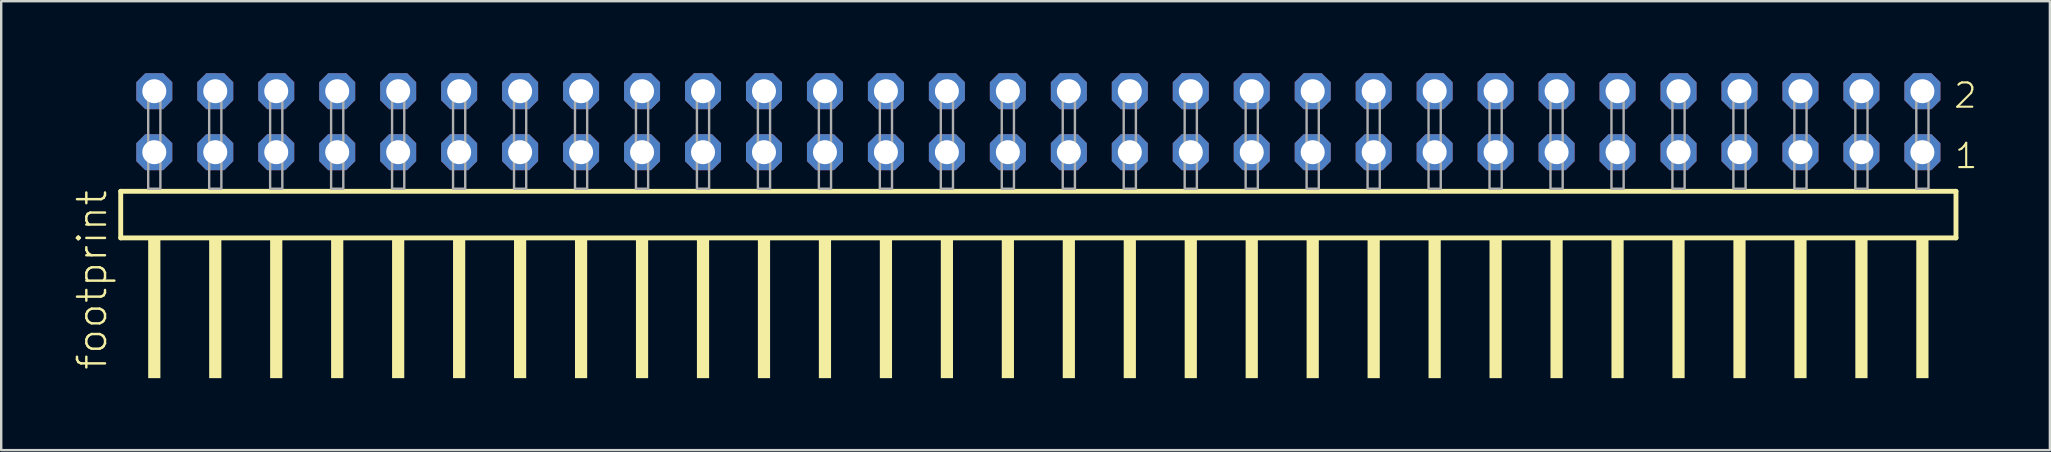
<source format=kicad_pcb>
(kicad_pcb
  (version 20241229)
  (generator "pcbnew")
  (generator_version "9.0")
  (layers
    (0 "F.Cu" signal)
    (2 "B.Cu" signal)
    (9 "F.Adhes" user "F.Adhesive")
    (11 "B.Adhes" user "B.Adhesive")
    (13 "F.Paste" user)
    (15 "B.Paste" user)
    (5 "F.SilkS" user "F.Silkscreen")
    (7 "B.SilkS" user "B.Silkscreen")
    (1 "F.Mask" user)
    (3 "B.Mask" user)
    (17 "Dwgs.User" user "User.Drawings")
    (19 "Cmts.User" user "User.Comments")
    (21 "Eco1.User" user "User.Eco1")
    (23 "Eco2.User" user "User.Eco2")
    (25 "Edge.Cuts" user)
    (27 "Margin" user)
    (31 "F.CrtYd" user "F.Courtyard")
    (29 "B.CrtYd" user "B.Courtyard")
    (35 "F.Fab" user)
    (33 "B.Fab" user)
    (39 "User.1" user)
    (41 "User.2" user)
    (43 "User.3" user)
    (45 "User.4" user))
  (footprint "footprint"
    (layer "F.Cu")
    (at 40.208 4.814)
    (property "Reference" "footprint" (at -38.735 7.62 90) (layer "F.SilkS") (effects (font (size 1.168 1.168) (thickness 0.102)) (justify left bottom)))
    (fp_line (start -38.229 0.106) (end -38.229 2.046) (stroke (width 0.203) (type solid)) (layer "F.SilkS"))
    (fp_line (start -38.229 2.046) (end 38.229 2.046) (stroke (width 0.203) (type solid)) (layer "F.SilkS"))
    (fp_line (start 38.229 0.106) (end -38.229 0.106) (stroke (width 0.203) (type solid)) (layer "F.SilkS"))
    (fp_line (start 38.229 2.046) (end 38.229 0.106) (stroke (width 0.203) (type solid)) (layer "F.SilkS"))
    (fp_poly (pts (xy -37.084 7.89) (xy -36.576 7.89) (xy -36.576 2.04) (xy -37.084 2.04)) (stroke (width 0) (type solid)) (fill yes) (layer "F.SilkS"))
    (fp_poly (pts (xy -34.544 7.89) (xy -34.036 7.89) (xy -34.036 2.04) (xy -34.544 2.04)) (stroke (width 0) (type solid)) (fill yes) (layer "F.SilkS"))
    (fp_poly (pts (xy -32.004 7.89) (xy -31.496 7.89) (xy -31.496 2.04) (xy -32.004 2.04)) (stroke (width 0) (type solid)) (fill yes) (layer "F.SilkS"))
    (fp_poly (pts (xy -29.464 7.89) (xy -28.956 7.89) (xy -28.956 2.04) (xy -29.464 2.04)) (stroke (width 0) (type solid)) (fill yes) (layer "F.SilkS"))
    (fp_poly (pts (xy -26.924 7.89) (xy -26.416 7.89) (xy -26.416 2.04) (xy -26.924 2.04)) (stroke (width 0) (type solid)) (fill yes) (layer "F.SilkS"))
    (fp_poly (pts (xy -24.384 7.89) (xy -23.876 7.89) (xy -23.876 2.04) (xy -24.384 2.04)) (stroke (width 0) (type solid)) (fill yes) (layer "F.SilkS"))
    (fp_poly (pts (xy -21.844 7.89) (xy -21.336 7.89) (xy -21.336 2.04) (xy -21.844 2.04)) (stroke (width 0) (type solid)) (fill yes) (layer "F.SilkS"))
    (fp_poly (pts (xy -19.304 7.89) (xy -18.796 7.89) (xy -18.796 2.04) (xy -19.304 2.04)) (stroke (width 0) (type solid)) (fill yes) (layer "F.SilkS"))
    (fp_poly (pts (xy -16.764 7.89) (xy -16.256 7.89) (xy -16.256 2.04) (xy -16.764 2.04)) (stroke (width 0) (type solid)) (fill yes) (layer "F.SilkS"))
    (fp_poly (pts (xy -14.224 7.89) (xy -13.716 7.89) (xy -13.716 2.04) (xy -14.224 2.04)) (stroke (width 0) (type solid)) (fill yes) (layer "F.SilkS"))
    (fp_poly (pts (xy -11.684 7.89) (xy -11.176 7.89) (xy -11.176 2.04) (xy -11.684 2.04)) (stroke (width 0) (type solid)) (fill yes) (layer "F.SilkS"))
    (fp_poly (pts (xy -9.144 7.89) (xy -8.636 7.89) (xy -8.636 2.04) (xy -9.144 2.04)) (stroke (width 0) (type solid)) (fill yes) (layer "F.SilkS"))
    (fp_poly (pts (xy -6.604 7.89) (xy -6.096 7.89) (xy -6.096 2.04) (xy -6.604 2.04)) (stroke (width 0) (type solid)) (fill yes) (layer "F.SilkS"))
    (fp_poly (pts (xy -4.064 7.89) (xy -3.556 7.89) (xy -3.556 2.04) (xy -4.064 2.04)) (stroke (width 0) (type solid)) (fill yes) (layer "F.SilkS"))
    (fp_poly (pts (xy -1.524 7.89) (xy -1.016 7.89) (xy -1.016 2.04) (xy -1.524 2.04)) (stroke (width 0) (type solid)) (fill yes) (layer "F.SilkS"))
    (fp_poly (pts (xy 1.016 7.89) (xy 1.524 7.89) (xy 1.524 2.04) (xy 1.016 2.04)) (stroke (width 0) (type solid)) (fill yes) (layer "F.SilkS"))
    (fp_poly (pts (xy 3.556 7.89) (xy 4.064 7.89) (xy 4.064 2.04) (xy 3.556 2.04)) (stroke (width 0) (type solid)) (fill yes) (layer "F.SilkS"))
    (fp_poly (pts (xy 6.096 7.89) (xy 6.604 7.89) (xy 6.604 2.04) (xy 6.096 2.04)) (stroke (width 0) (type solid)) (fill yes) (layer "F.SilkS"))
    (fp_poly (pts (xy 8.636 7.89) (xy 9.144 7.89) (xy 9.144 2.04) (xy 8.636 2.04)) (stroke (width 0) (type solid)) (fill yes) (layer "F.SilkS"))
    (fp_poly (pts (xy 11.176 7.89) (xy 11.684 7.89) (xy 11.684 2.04) (xy 11.176 2.04)) (stroke (width 0) (type solid)) (fill yes) (layer "F.SilkS"))
    (fp_poly (pts (xy 13.716 7.89) (xy 14.224 7.89) (xy 14.224 2.04) (xy 13.716 2.04)) (stroke (width 0) (type solid)) (fill yes) (layer "F.SilkS"))
    (fp_poly (pts (xy 16.256 7.89) (xy 16.764 7.89) (xy 16.764 2.04) (xy 16.256 2.04)) (stroke (width 0) (type solid)) (fill yes) (layer "F.SilkS"))
    (fp_poly (pts (xy 18.796 7.89) (xy 19.304 7.89) (xy 19.304 2.04) (xy 18.796 2.04)) (stroke (width 0) (type solid)) (fill yes) (layer "F.SilkS"))
    (fp_poly (pts (xy 21.336 7.89) (xy 21.844 7.89) (xy 21.844 2.04) (xy 21.336 2.04)) (stroke (width 0) (type solid)) (fill yes) (layer "F.SilkS"))
    (fp_poly (pts (xy 23.876 7.89) (xy 24.384 7.89) (xy 24.384 2.04) (xy 23.876 2.04)) (stroke (width 0) (type solid)) (fill yes) (layer "F.SilkS"))
    (fp_poly (pts (xy 26.416 7.89) (xy 26.924 7.89) (xy 26.924 2.04) (xy 26.416 2.04)) (stroke (width 0) (type solid)) (fill yes) (layer "F.SilkS"))
    (fp_poly (pts (xy 28.956 7.89) (xy 29.464 7.89) (xy 29.464 2.04) (xy 28.956 2.04)) (stroke (width 0) (type solid)) (fill yes) (layer "F.SilkS"))
    (fp_poly (pts (xy 31.496 7.89) (xy 32.004 7.89) (xy 32.004 2.04) (xy 31.496 2.04)) (stroke (width 0) (type solid)) (fill yes) (layer "F.SilkS"))
    (fp_poly (pts (xy 34.036 7.89) (xy 34.544 7.89) (xy 34.544 2.04) (xy 34.036 2.04)) (stroke (width 0) (type solid)) (fill yes) (layer "F.SilkS"))
    (fp_poly (pts (xy 36.576 7.89) (xy 37.084 7.89) (xy 37.084 2.04) (xy 36.576 2.04)) (stroke (width 0) (type solid)) (fill yes) (layer "F.SilkS"))
    (fp_poly (pts (xy -37.084 0) (xy -36.576 0) (xy -36.576 -4.318) (xy -37.084 -4.318)) (stroke (width 0.1) (type solid)) (fill no) (layer "F.Fab"))
    (fp_poly (pts (xy -34.544 0) (xy -34.036 0) (xy -34.036 -4.318) (xy -34.544 -4.318)) (stroke (width 0.1) (type solid)) (fill no) (layer "F.Fab"))
    (fp_poly (pts (xy -32.004 0) (xy -31.496 0) (xy -31.496 -4.318) (xy -32.004 -4.318)) (stroke (width 0.1) (type solid)) (fill no) (layer "F.Fab"))
    (fp_poly (pts (xy -29.464 0) (xy -28.956 0) (xy -28.956 -4.318) (xy -29.464 -4.318)) (stroke (width 0.1) (type solid)) (fill no) (layer "F.Fab"))
    (fp_poly (pts (xy -26.924 0) (xy -26.416 0) (xy -26.416 -4.318) (xy -26.924 -4.318)) (stroke (width 0.1) (type solid)) (fill no) (layer "F.Fab"))
    (fp_poly (pts (xy -24.384 0) (xy -23.876 0) (xy -23.876 -4.318) (xy -24.384 -4.318)) (stroke (width 0.1) (type solid)) (fill no) (layer "F.Fab"))
    (fp_poly (pts (xy -21.844 0) (xy -21.336 0) (xy -21.336 -4.318) (xy -21.844 -4.318)) (stroke (width 0.1) (type solid)) (fill no) (layer "F.Fab"))
    (fp_poly (pts (xy -19.304 0) (xy -18.796 0) (xy -18.796 -4.318) (xy -19.304 -4.318)) (stroke (width 0.1) (type solid)) (fill no) (layer "F.Fab"))
    (fp_poly (pts (xy -16.764 0) (xy -16.256 0) (xy -16.256 -4.318) (xy -16.764 -4.318)) (stroke (width 0.1) (type solid)) (fill no) (layer "F.Fab"))
    (fp_poly (pts (xy -14.224 0) (xy -13.716 0) (xy -13.716 -4.318) (xy -14.224 -4.318)) (stroke (width 0.1) (type solid)) (fill no) (layer "F.Fab"))
    (fp_poly (pts (xy -11.684 0) (xy -11.176 0) (xy -11.176 -4.318) (xy -11.684 -4.318)) (stroke (width 0.1) (type solid)) (fill no) (layer "F.Fab"))
    (fp_poly (pts (xy -9.144 0) (xy -8.636 0) (xy -8.636 -4.318) (xy -9.144 -4.318)) (stroke (width 0.1) (type solid)) (fill no) (layer "F.Fab"))
    (fp_poly (pts (xy -6.604 0) (xy -6.096 0) (xy -6.096 -4.318) (xy -6.604 -4.318)) (stroke (width 0.1) (type solid)) (fill no) (layer "F.Fab"))
    (fp_poly (pts (xy -4.064 0) (xy -3.556 0) (xy -3.556 -4.318) (xy -4.064 -4.318)) (stroke (width 0.1) (type solid)) (fill no) (layer "F.Fab"))
    (fp_poly (pts (xy -1.524 0) (xy -1.016 0) (xy -1.016 -4.318) (xy -1.524 -4.318)) (stroke (width 0.1) (type solid)) (fill no) (layer "F.Fab"))
    (fp_poly (pts (xy 1.016 0) (xy 1.524 0) (xy 1.524 -4.318) (xy 1.016 -4.318)) (stroke (width 0.1) (type solid)) (fill no) (layer "F.Fab"))
    (fp_poly (pts (xy 3.556 0) (xy 4.064 0) (xy 4.064 -4.318) (xy 3.556 -4.318)) (stroke (width 0.1) (type solid)) (fill no) (layer "F.Fab"))
    (fp_poly (pts (xy 6.096 0) (xy 6.604 0) (xy 6.604 -4.318) (xy 6.096 -4.318)) (stroke (width 0.1) (type solid)) (fill no) (layer "F.Fab"))
    (fp_poly (pts (xy 8.636 0) (xy 9.144 0) (xy 9.144 -4.318) (xy 8.636 -4.318)) (stroke (width 0.1) (type solid)) (fill no) (layer "F.Fab"))
    (fp_poly (pts (xy 11.176 0) (xy 11.684 0) (xy 11.684 -4.318) (xy 11.176 -4.318)) (stroke (width 0.1) (type solid)) (fill no) (layer "F.Fab"))
    (fp_poly (pts (xy 13.716 0) (xy 14.224 0) (xy 14.224 -4.318) (xy 13.716 -4.318)) (stroke (width 0.1) (type solid)) (fill no) (layer "F.Fab"))
    (fp_poly (pts (xy 16.256 0) (xy 16.764 0) (xy 16.764 -4.318) (xy 16.256 -4.318)) (stroke (width 0.1) (type solid)) (fill no) (layer "F.Fab"))
    (fp_poly (pts (xy 18.796 0) (xy 19.304 0) (xy 19.304 -4.318) (xy 18.796 -4.318)) (stroke (width 0.1) (type solid)) (fill no) (layer "F.Fab"))
    (fp_poly (pts (xy 21.336 0) (xy 21.844 0) (xy 21.844 -4.318) (xy 21.336 -4.318)) (stroke (width 0.1) (type solid)) (fill no) (layer "F.Fab"))
    (fp_poly (pts (xy 23.876 0) (xy 24.384 0) (xy 24.384 -4.318) (xy 23.876 -4.318)) (stroke (width 0.1) (type solid)) (fill no) (layer "F.Fab"))
    (fp_poly (pts (xy 26.416 0) (xy 26.924 0) (xy 26.924 -4.318) (xy 26.416 -4.318)) (stroke (width 0.1) (type solid)) (fill no) (layer "F.Fab"))
    (fp_poly (pts (xy 28.956 0) (xy 29.464 0) (xy 29.464 -4.318) (xy 28.956 -4.318)) (stroke (width 0.1) (type solid)) (fill no) (layer "F.Fab"))
    (fp_poly (pts (xy 31.496 0) (xy 32.004 0) (xy 32.004 -4.318) (xy 31.496 -4.318)) (stroke (width 0.1) (type solid)) (fill no) (layer "F.Fab"))
    (fp_poly (pts (xy 34.036 0) (xy 34.544 0) (xy 34.544 -4.318) (xy 34.036 -4.318)) (stroke (width 0.1) (type solid)) (fill no) (layer "F.Fab"))
    (fp_poly (pts (xy 36.576 0) (xy 37.084 0) (xy 37.084 -4.318) (xy 36.576 -4.318)) (stroke (width 0.1) (type solid)) (fill no) (layer "F.Fab"))
    (fp_text user "1" (at 38.115 -0.775 0) (layer "F.SilkS") (effects (font (size 1.012 1.012) (thickness 0.088)) (justify left bottom)))
    (fp_text user "2" (at 38.08 -3.29 0) (layer "F.SilkS") (effects (font (size 1.012 1.012) (thickness 0.088)) (justify left bottom)))
    (pad "1" thru_hole roundrect (at 36.83 -1.524 180) (size 1.5 1.5) (drill 1) (layers "*.Cu" "*.Mask") (roundrect_rratio 0.25) (chamfer_ratio 0.25) (chamfer top_left top_right bottom_left bottom_right))
    (pad "2" thru_hole roundrect (at 36.83 -4.064 180) (size 1.5 1.5) (drill 1) (layers "*.Cu" "*.Mask") (roundrect_rratio 0.25) (chamfer_ratio 0.25) (chamfer top_left top_right bottom_left bottom_right))
    (pad "3" thru_hole roundrect (at 34.29 -1.524 180) (size 1.5 1.5) (drill 1) (layers "*.Cu" "*.Mask") (roundrect_rratio 0.25) (chamfer_ratio 0.25) (chamfer top_left top_right bottom_left bottom_right))
    (pad "4" thru_hole roundrect (at 34.29 -4.064 180) (size 1.5 1.5) (drill 1) (layers "*.Cu" "*.Mask") (roundrect_rratio 0.25) (chamfer_ratio 0.25) (chamfer top_left top_right bottom_left bottom_right))
    (pad "5" thru_hole roundrect (at 31.75 -1.524 180) (size 1.5 1.5) (drill 1) (layers "*.Cu" "*.Mask") (roundrect_rratio 0.25) (chamfer_ratio 0.25) (chamfer top_left top_right bottom_left bottom_right))
    (pad "6" thru_hole roundrect (at 31.75 -4.064 180) (size 1.5 1.5) (drill 1) (layers "*.Cu" "*.Mask") (roundrect_rratio 0.25) (chamfer_ratio 0.25) (chamfer top_left top_right bottom_left bottom_right))
    (pad "7" thru_hole roundrect (at 29.21 -1.524 180) (size 1.5 1.5) (drill 1) (layers "*.Cu" "*.Mask") (roundrect_rratio 0.25) (chamfer_ratio 0.25) (chamfer top_left top_right bottom_left bottom_right))
    (pad "8" thru_hole roundrect (at 29.21 -4.064 180) (size 1.5 1.5) (drill 1) (layers "*.Cu" "*.Mask") (roundrect_rratio 0.25) (chamfer_ratio 0.25) (chamfer top_left top_right bottom_left bottom_right))
    (pad "9" thru_hole roundrect (at 26.67 -1.524 180) (size 1.5 1.5) (drill 1) (layers "*.Cu" "*.Mask") (roundrect_rratio 0.25) (chamfer_ratio 0.25) (chamfer top_left top_right bottom_left bottom_right))
    (pad "10" thru_hole roundrect (at 26.67 -4.064 180) (size 1.5 1.5) (drill 1) (layers "*.Cu" "*.Mask") (roundrect_rratio 0.25) (chamfer_ratio 0.25) (chamfer top_left top_right bottom_left bottom_right))
    (pad "11" thru_hole roundrect (at 24.13 -1.524 180) (size 1.5 1.5) (drill 1) (layers "*.Cu" "*.Mask") (roundrect_rratio 0.25) (chamfer_ratio 0.25) (chamfer top_left top_right bottom_left bottom_right))
    (pad "12" thru_hole roundrect (at 24.13 -4.064 180) (size 1.5 1.5) (drill 1) (layers "*.Cu" "*.Mask") (roundrect_rratio 0.25) (chamfer_ratio 0.25) (chamfer top_left top_right bottom_left bottom_right))
    (pad "13" thru_hole roundrect (at 21.59 -1.524 180) (size 1.5 1.5) (drill 1) (layers "*.Cu" "*.Mask") (roundrect_rratio 0.25) (chamfer_ratio 0.25) (chamfer top_left top_right bottom_left bottom_right))
    (pad "14" thru_hole roundrect (at 21.59 -4.064 180) (size 1.5 1.5) (drill 1) (layers "*.Cu" "*.Mask") (roundrect_rratio 0.25) (chamfer_ratio 0.25) (chamfer top_left top_right bottom_left bottom_right))
    (pad "15" thru_hole roundrect (at 19.05 -1.524 180) (size 1.5 1.5) (drill 1) (layers "*.Cu" "*.Mask") (roundrect_rratio 0.25) (chamfer_ratio 0.25) (chamfer top_left top_right bottom_left bottom_right))
    (pad "16" thru_hole roundrect (at 19.05 -4.064 180) (size 1.5 1.5) (drill 1) (layers "*.Cu" "*.Mask") (roundrect_rratio 0.25) (chamfer_ratio 0.25) (chamfer top_left top_right bottom_left bottom_right))
    (pad "17" thru_hole roundrect (at 16.51 -1.524 180) (size 1.5 1.5) (drill 1) (layers "*.Cu" "*.Mask") (roundrect_rratio 0.25) (chamfer_ratio 0.25) (chamfer top_left top_right bottom_left bottom_right))
    (pad "18" thru_hole roundrect (at 16.51 -4.064 180) (size 1.5 1.5) (drill 1) (layers "*.Cu" "*.Mask") (roundrect_rratio 0.25) (chamfer_ratio 0.25) (chamfer top_left top_right bottom_left bottom_right))
    (pad "19" thru_hole roundrect (at 13.97 -1.524 180) (size 1.5 1.5) (drill 1) (layers "*.Cu" "*.Mask") (roundrect_rratio 0.25) (chamfer_ratio 0.25) (chamfer top_left top_right bottom_left bottom_right))
    (pad "20" thru_hole roundrect (at 13.97 -4.064 180) (size 1.5 1.5) (drill 1) (layers "*.Cu" "*.Mask") (roundrect_rratio 0.25) (chamfer_ratio 0.25) (chamfer top_left top_right bottom_left bottom_right))
    (pad "21" thru_hole roundrect (at 11.43 -1.524 180) (size 1.5 1.5) (drill 1) (layers "*.Cu" "*.Mask") (roundrect_rratio 0.25) (chamfer_ratio 0.25) (chamfer top_left top_right bottom_left bottom_right))
    (pad "22" thru_hole roundrect (at 11.43 -4.064 180) (size 1.5 1.5) (drill 1) (layers "*.Cu" "*.Mask") (roundrect_rratio 0.25) (chamfer_ratio 0.25) (chamfer top_left top_right bottom_left bottom_right))
    (pad "23" thru_hole roundrect (at 8.89 -1.524 180) (size 1.5 1.5) (drill 1) (layers "*.Cu" "*.Mask") (roundrect_rratio 0.25) (chamfer_ratio 0.25) (chamfer top_left top_right bottom_left bottom_right))
    (pad "24" thru_hole roundrect (at 8.89 -4.064 180) (size 1.5 1.5) (drill 1) (layers "*.Cu" "*.Mask") (roundrect_rratio 0.25) (chamfer_ratio 0.25) (chamfer top_left top_right bottom_left bottom_right))
    (pad "25" thru_hole roundrect (at 6.35 -1.524 180) (size 1.5 1.5) (drill 1) (layers "*.Cu" "*.Mask") (roundrect_rratio 0.25) (chamfer_ratio 0.25) (chamfer top_left top_right bottom_left bottom_right))
    (pad "26" thru_hole roundrect (at 6.35 -4.064 180) (size 1.5 1.5) (drill 1) (layers "*.Cu" "*.Mask") (roundrect_rratio 0.25) (chamfer_ratio 0.25) (chamfer top_left top_right bottom_left bottom_right))
    (pad "27" thru_hole roundrect (at 3.81 -1.524 180) (size 1.5 1.5) (drill 1) (layers "*.Cu" "*.Mask") (roundrect_rratio 0.25) (chamfer_ratio 0.25) (chamfer top_left top_right bottom_left bottom_right))
    (pad "28" thru_hole roundrect (at 3.81 -4.064 180) (size 1.5 1.5) (drill 1) (layers "*.Cu" "*.Mask") (roundrect_rratio 0.25) (chamfer_ratio 0.25) (chamfer top_left top_right bottom_left bottom_right))
    (pad "29" thru_hole roundrect (at 1.27 -1.524 180) (size 1.5 1.5) (drill 1) (layers "*.Cu" "*.Mask") (roundrect_rratio 0.25) (chamfer_ratio 0.25) (chamfer top_left top_right bottom_left bottom_right))
    (pad "30" thru_hole roundrect (at 1.27 -4.064 180) (size 1.5 1.5) (drill 1) (layers "*.Cu" "*.Mask") (roundrect_rratio 0.25) (chamfer_ratio 0.25) (chamfer top_left top_right bottom_left bottom_right))
    (pad "31" thru_hole roundrect (at -1.27 -1.524 180) (size 1.5 1.5) (drill 1) (layers "*.Cu" "*.Mask") (roundrect_rratio 0.25) (chamfer_ratio 0.25) (chamfer top_left top_right bottom_left bottom_right))
    (pad "32" thru_hole roundrect (at -1.27 -4.064 180) (size 1.5 1.5) (drill 1) (layers "*.Cu" "*.Mask") (roundrect_rratio 0.25) (chamfer_ratio 0.25) (chamfer top_left top_right bottom_left bottom_right))
    (pad "33" thru_hole roundrect (at -3.81 -1.524 180) (size 1.5 1.5) (drill 1) (layers "*.Cu" "*.Mask") (roundrect_rratio 0.25) (chamfer_ratio 0.25) (chamfer top_left top_right bottom_left bottom_right))
    (pad "34" thru_hole roundrect (at -3.81 -4.064 180) (size 1.5 1.5) (drill 1) (layers "*.Cu" "*.Mask") (roundrect_rratio 0.25) (chamfer_ratio 0.25) (chamfer top_left top_right bottom_left bottom_right))
    (pad "35" thru_hole roundrect (at -6.35 -1.524 180) (size 1.5 1.5) (drill 1) (layers "*.Cu" "*.Mask") (roundrect_rratio 0.25) (chamfer_ratio 0.25) (chamfer top_left top_right bottom_left bottom_right))
    (pad "36" thru_hole roundrect (at -6.35 -4.064 180) (size 1.5 1.5) (drill 1) (layers "*.Cu" "*.Mask") (roundrect_rratio 0.25) (chamfer_ratio 0.25) (chamfer top_left top_right bottom_left bottom_right))
    (pad "37" thru_hole roundrect (at -8.89 -1.524 180) (size 1.5 1.5) (drill 1) (layers "*.Cu" "*.Mask") (roundrect_rratio 0.25) (chamfer_ratio 0.25) (chamfer top_left top_right bottom_left bottom_right))
    (pad "38" thru_hole roundrect (at -8.89 -4.064 180) (size 1.5 1.5) (drill 1) (layers "*.Cu" "*.Mask") (roundrect_rratio 0.25) (chamfer_ratio 0.25) (chamfer top_left top_right bottom_left bottom_right))
    (pad "39" thru_hole roundrect (at -11.43 -1.524 180) (size 1.5 1.5) (drill 1) (layers "*.Cu" "*.Mask") (roundrect_rratio 0.25) (chamfer_ratio 0.25) (chamfer top_left top_right bottom_left bottom_right))
    (pad "40" thru_hole roundrect (at -11.43 -4.064 180) (size 1.5 1.5) (drill 1) (layers "*.Cu" "*.Mask") (roundrect_rratio 0.25) (chamfer_ratio 0.25) (chamfer top_left top_right bottom_left bottom_right))
    (pad "41" thru_hole roundrect (at -13.97 -1.524 180) (size 1.5 1.5) (drill 1) (layers "*.Cu" "*.Mask") (roundrect_rratio 0.25) (chamfer_ratio 0.25) (chamfer top_left top_right bottom_left bottom_right))
    (pad "42" thru_hole roundrect (at -13.97 -4.064 180) (size 1.5 1.5) (drill 1) (layers "*.Cu" "*.Mask") (roundrect_rratio 0.25) (chamfer_ratio 0.25) (chamfer top_left top_right bottom_left bottom_right))
    (pad "43" thru_hole roundrect (at -16.51 -1.524 180) (size 1.5 1.5) (drill 1) (layers "*.Cu" "*.Mask") (roundrect_rratio 0.25) (chamfer_ratio 0.25) (chamfer top_left top_right bottom_left bottom_right))
    (pad "44" thru_hole roundrect (at -16.51 -4.064 180) (size 1.5 1.5) (drill 1) (layers "*.Cu" "*.Mask") (roundrect_rratio 0.25) (chamfer_ratio 0.25) (chamfer top_left top_right bottom_left bottom_right))
    (pad "45" thru_hole roundrect (at -19.05 -1.524 180) (size 1.5 1.5) (drill 1) (layers "*.Cu" "*.Mask") (roundrect_rratio 0.25) (chamfer_ratio 0.25) (chamfer top_left top_right bottom_left bottom_right))
    (pad "46" thru_hole roundrect (at -19.05 -4.064 180) (size 1.5 1.5) (drill 1) (layers "*.Cu" "*.Mask") (roundrect_rratio 0.25) (chamfer_ratio 0.25) (chamfer top_left top_right bottom_left bottom_right))
    (pad "47" thru_hole roundrect (at -21.59 -1.524 180) (size 1.5 1.5) (drill 1) (layers "*.Cu" "*.Mask") (roundrect_rratio 0.25) (chamfer_ratio 0.25) (chamfer top_left top_right bottom_left bottom_right))
    (pad "48" thru_hole roundrect (at -21.59 -4.064 180) (size 1.5 1.5) (drill 1) (layers "*.Cu" "*.Mask") (roundrect_rratio 0.25) (chamfer_ratio 0.25) (chamfer top_left top_right bottom_left bottom_right))
    (pad "49" thru_hole roundrect (at -24.13 -1.524 180) (size 1.5 1.5) (drill 1) (layers "*.Cu" "*.Mask") (roundrect_rratio 0.25) (chamfer_ratio 0.25) (chamfer top_left top_right bottom_left bottom_right))
    (pad "50" thru_hole roundrect (at -24.13 -4.064 180) (size 1.5 1.5) (drill 1) (layers "*.Cu" "*.Mask") (roundrect_rratio 0.25) (chamfer_ratio 0.25) (chamfer top_left top_right bottom_left bottom_right))
    (pad "51" thru_hole roundrect (at -26.67 -1.524 180) (size 1.5 1.5) (drill 1) (layers "*.Cu" "*.Mask") (roundrect_rratio 0.25) (chamfer_ratio 0.25) (chamfer top_left top_right bottom_left bottom_right))
    (pad "52" thru_hole roundrect (at -26.67 -4.064 180) (size 1.5 1.5) (drill 1) (layers "*.Cu" "*.Mask") (roundrect_rratio 0.25) (chamfer_ratio 0.25) (chamfer top_left top_right bottom_left bottom_right))
    (pad "53" thru_hole roundrect (at -29.21 -1.524 180) (size 1.5 1.5) (drill 1) (layers "*.Cu" "*.Mask") (roundrect_rratio 0.25) (chamfer_ratio 0.25) (chamfer top_left top_right bottom_left bottom_right))
    (pad "54" thru_hole roundrect (at -29.21 -4.064 180) (size 1.5 1.5) (drill 1) (layers "*.Cu" "*.Mask") (roundrect_rratio 0.25) (chamfer_ratio 0.25) (chamfer top_left top_right bottom_left bottom_right))
    (pad "55" thru_hole roundrect (at -31.75 -1.524 180) (size 1.5 1.5) (drill 1) (layers "*.Cu" "*.Mask") (roundrect_rratio 0.25) (chamfer_ratio 0.25) (chamfer top_left top_right bottom_left bottom_right))
    (pad "56" thru_hole roundrect (at -31.75 -4.064 180) (size 1.5 1.5) (drill 1) (layers "*.Cu" "*.Mask") (roundrect_rratio 0.25) (chamfer_ratio 0.25) (chamfer top_left top_right bottom_left bottom_right))
    (pad "57" thru_hole roundrect (at -34.29 -1.524 180) (size 1.5 1.5) (drill 1) (layers "*.Cu" "*.Mask") (roundrect_rratio 0.25) (chamfer_ratio 0.25) (chamfer top_left top_right bottom_left bottom_right))
    (pad "58" thru_hole roundrect (at -34.29 -4.064 180) (size 1.5 1.5) (drill 1) (layers "*.Cu" "*.Mask") (roundrect_rratio 0.25) (chamfer_ratio 0.25) (chamfer top_left top_right bottom_left bottom_right))
    (pad "59" thru_hole roundrect (at -36.83 -1.524 180) (size 1.5 1.5) (drill 1) (layers "*.Cu" "*.Mask") (roundrect_rratio 0.25) (chamfer_ratio 0.25) (chamfer top_left top_right bottom_left bottom_right))
    (pad "60" thru_hole roundrect (at -36.83 -4.064 180) (size 1.5 1.5) (drill 1) (layers "*.Cu" "*.Mask") (roundrect_rratio 0.25) (chamfer_ratio 0.25) (chamfer top_left top_right bottom_left bottom_right)))
  (gr_rect
    (start -3 -3)
    (end 82.349 15.704)
    (stroke (width 0.1) (type default))
    (fill no)
    (layer "Edge.Cuts")))
</source>
